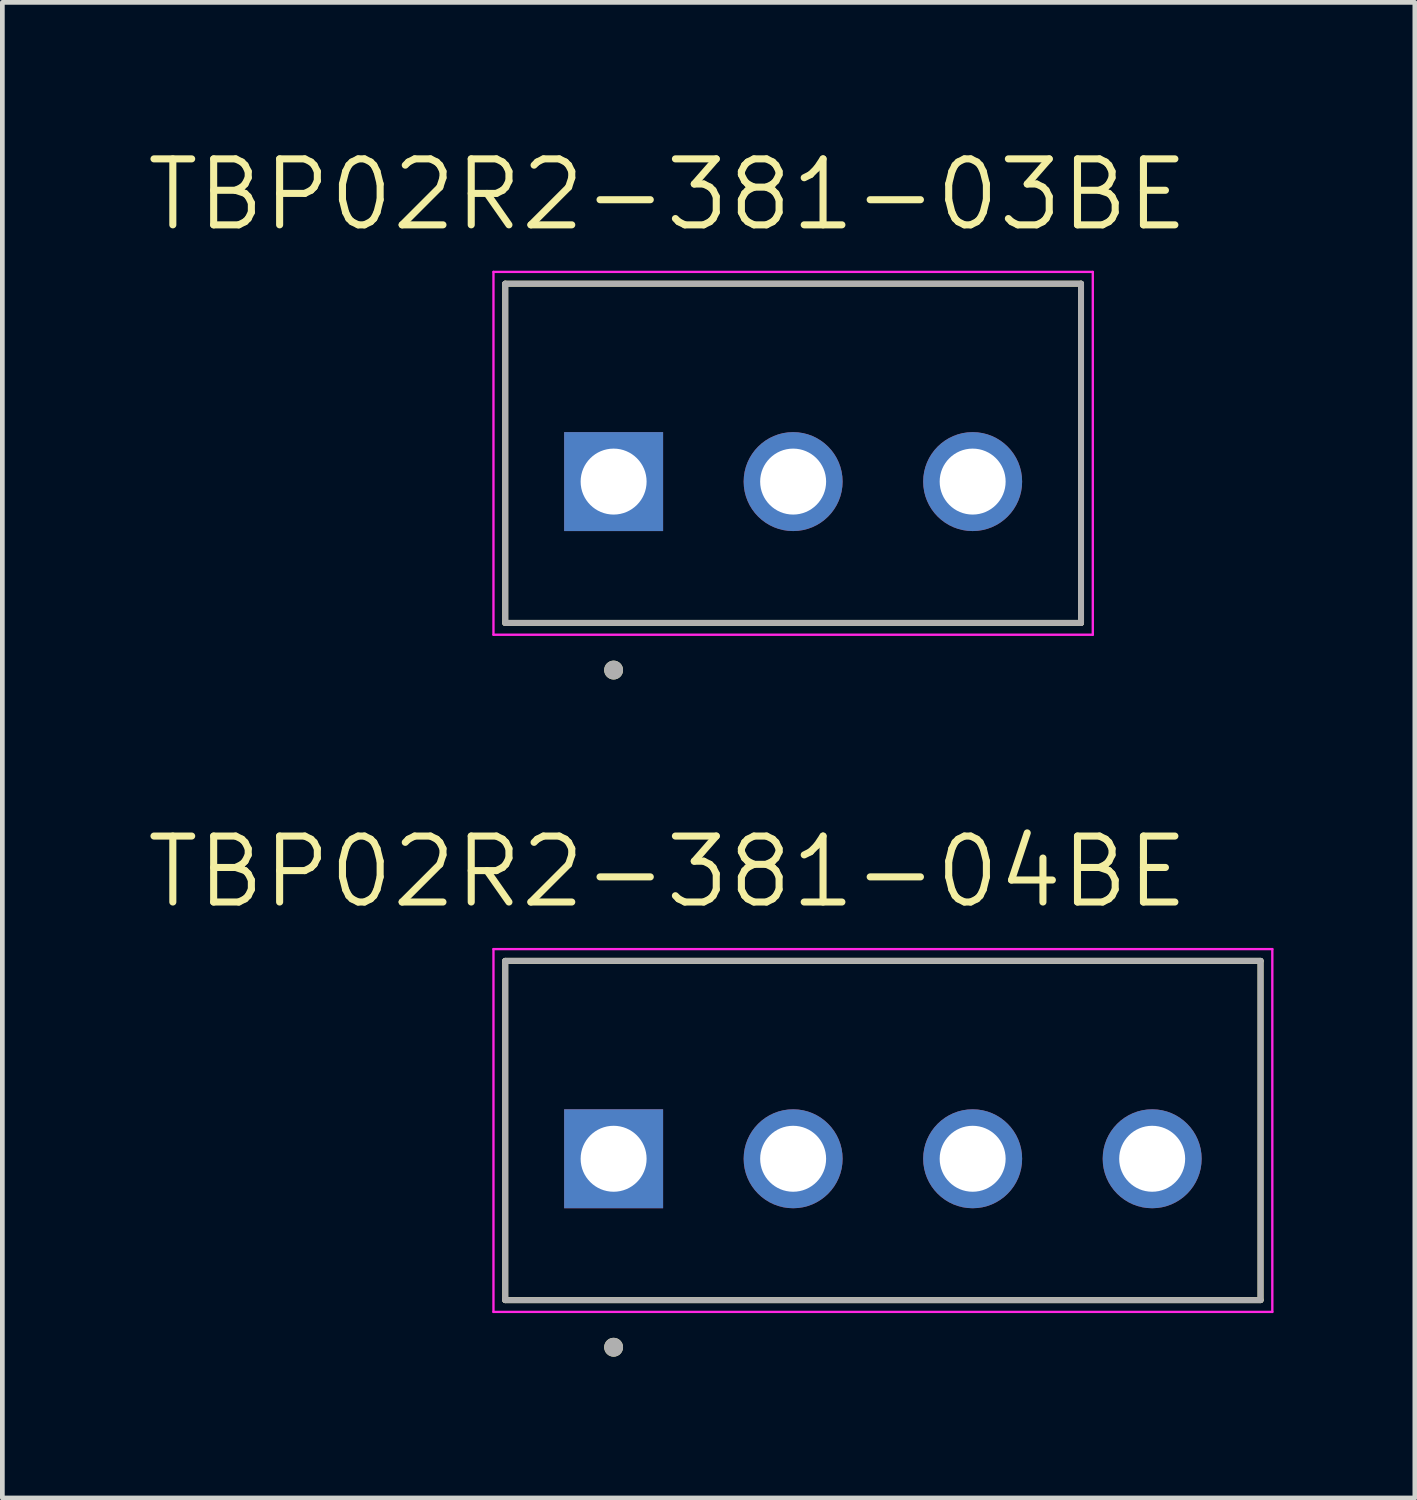
<source format=kicad_pcb>
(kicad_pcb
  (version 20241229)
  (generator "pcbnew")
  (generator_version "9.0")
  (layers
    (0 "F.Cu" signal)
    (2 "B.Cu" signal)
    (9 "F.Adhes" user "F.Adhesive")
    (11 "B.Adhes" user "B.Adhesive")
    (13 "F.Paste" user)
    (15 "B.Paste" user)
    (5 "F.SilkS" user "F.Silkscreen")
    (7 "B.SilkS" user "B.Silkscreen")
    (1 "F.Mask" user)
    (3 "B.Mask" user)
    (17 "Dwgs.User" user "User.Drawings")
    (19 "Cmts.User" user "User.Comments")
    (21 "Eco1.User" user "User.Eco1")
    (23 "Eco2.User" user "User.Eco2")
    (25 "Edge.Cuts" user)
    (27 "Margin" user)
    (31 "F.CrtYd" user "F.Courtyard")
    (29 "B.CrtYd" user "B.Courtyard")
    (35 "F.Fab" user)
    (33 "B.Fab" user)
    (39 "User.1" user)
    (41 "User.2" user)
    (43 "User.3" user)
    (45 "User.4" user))
  (footprint "TBP02R2-381-04BE"
    (layer "F.Cu")
    (at 9.973 21.543)
    (property "Reference" "TBP02R2-381-04BE" (at 1.145 -6.089 0) (layer "F.SilkS") (effects (font (size 1.4 1.4) (thickness 0.15))))
    (attr through_hole)
    (fp_line (start -2.3 -4.2) (end 13.73 -4.2) (stroke (width 0.127) (type solid)) (layer "F.SilkS"))
    (fp_line (start -2.3 3) (end -2.3 -4.2) (stroke (width 0.127) (type solid)) (layer "F.SilkS"))
    (fp_line (start 13.73 -4.2) (end 13.73 3) (stroke (width 0.127) (type solid)) (layer "F.SilkS"))
    (fp_line (start 13.73 3) (end -2.3 3) (stroke (width 0.127) (type solid)) (layer "F.SilkS"))
    (fp_circle (center 0 4) (end 0.1 4) (stroke (width 0.2) (type solid)) (fill no) (layer "F.SilkS"))
    (fp_line (start -2.55 -4.45) (end 13.98 -4.45) (stroke (width 0.05) (type solid)) (layer "F.CrtYd"))
    (fp_line (start -2.55 3.25) (end -2.55 -4.45) (stroke (width 0.05) (type solid)) (layer "F.CrtYd"))
    (fp_line (start 13.98 -4.45) (end 13.98 3.25) (stroke (width 0.05) (type solid)) (layer "F.CrtYd"))
    (fp_line (start 13.98 3.25) (end -2.55 3.25) (stroke (width 0.05) (type solid)) (layer "F.CrtYd"))
    (fp_line (start -2.3 -4.2) (end 13.73 -4.2) (stroke (width 0.127) (type solid)) (layer "F.Fab"))
    (fp_line (start -2.3 3) (end -2.3 -4.2) (stroke (width 0.127) (type solid)) (layer "F.Fab"))
    (fp_line (start 13.73 -4.2) (end 13.73 3) (stroke (width 0.127) (type solid)) (layer "F.Fab"))
    (fp_line (start 13.73 3) (end -2.3 3) (stroke (width 0.127) (type solid)) (layer "F.Fab"))
    (fp_circle (center 0 4) (end 0.1 4) (stroke (width 0.2) (type solid)) (fill no) (layer "F.Fab"))
    (pad "1" thru_hole rect (at 0 0) (size 2.1 2.1) (drill 1.4) (layers "*.Cu" "*.Mask"))
    (pad "2" thru_hole circle (at 3.81 0) (size 2.1 2.1) (drill 1.4) (layers "*.Cu" "*.Mask"))
    (pad "3" thru_hole circle (at 7.62 0) (size 2.1 2.1) (drill 1.4) (layers "*.Cu" "*.Mask"))
    (pad "4" thru_hole circle (at 11.43 0) (size 2.1 2.1) (drill 1.4) (layers "*.Cu" "*.Mask")))
  (footprint "TBP02R2-381-03BE"
    (layer "F.Cu")
    (at 9.973 7.171)
    (property "Reference" "TBP02R2-381-03BE" (at 1.145 -6.089 0) (layer "F.SilkS") (effects (font (size 1.4 1.4) (thickness 0.15))))
    (attr through_hole)
    (fp_line (start -2.3 -4.2) (end 9.92 -4.2) (stroke (width 0.127) (type solid)) (layer "F.SilkS"))
    (fp_line (start -2.3 3) (end -2.3 -4.2) (stroke (width 0.127) (type solid)) (layer "F.SilkS"))
    (fp_line (start 9.92 -4.2) (end 9.92 3) (stroke (width 0.127) (type solid)) (layer "F.SilkS"))
    (fp_line (start 9.92 3) (end -2.3 3) (stroke (width 0.127) (type solid)) (layer "F.SilkS"))
    (fp_circle (center 0 4) (end 0.1 4) (stroke (width 0.2) (type solid)) (fill no) (layer "F.SilkS"))
    (fp_line (start -2.55 -4.45) (end 10.17 -4.45) (stroke (width 0.05) (type solid)) (layer "F.CrtYd"))
    (fp_line (start -2.55 3.25) (end -2.55 -4.45) (stroke (width 0.05) (type solid)) (layer "F.CrtYd"))
    (fp_line (start 10.17 -4.45) (end 10.17 3.25) (stroke (width 0.05) (type solid)) (layer "F.CrtYd"))
    (fp_line (start 10.17 3.25) (end -2.55 3.25) (stroke (width 0.05) (type solid)) (layer "F.CrtYd"))
    (fp_line (start -2.3 -4.2) (end 9.92 -4.2) (stroke (width 0.127) (type solid)) (layer "F.Fab"))
    (fp_line (start -2.3 3) (end -2.3 -4.2) (stroke (width 0.127) (type solid)) (layer "F.Fab"))
    (fp_line (start 9.92 -4.2) (end 9.92 3) (stroke (width 0.127) (type solid)) (layer "F.Fab"))
    (fp_line (start 9.92 3) (end -2.3 3) (stroke (width 0.127) (type solid)) (layer "F.Fab"))
    (fp_circle (center 0 4) (end 0.1 4) (stroke (width 0.2) (type solid)) (fill no) (layer "F.Fab"))
    (pad "1" thru_hole rect (at 0 0) (size 2.1 2.1) (drill 1.4) (layers "*.Cu" "*.Mask"))
    (pad "2" thru_hole circle (at 3.81 0) (size 2.1 2.1) (drill 1.4) (layers "*.Cu" "*.Mask"))
    (pad "3" thru_hole circle (at 7.62 0) (size 2.1 2.1) (drill 1.4) (layers "*.Cu" "*.Mask")))
  (gr_rect
    (start -3 -3)
    (end 26.978 28.742)
    (stroke (width 0.1) (type default))
    (fill no)
    (layer "Edge.Cuts")))
</source>
